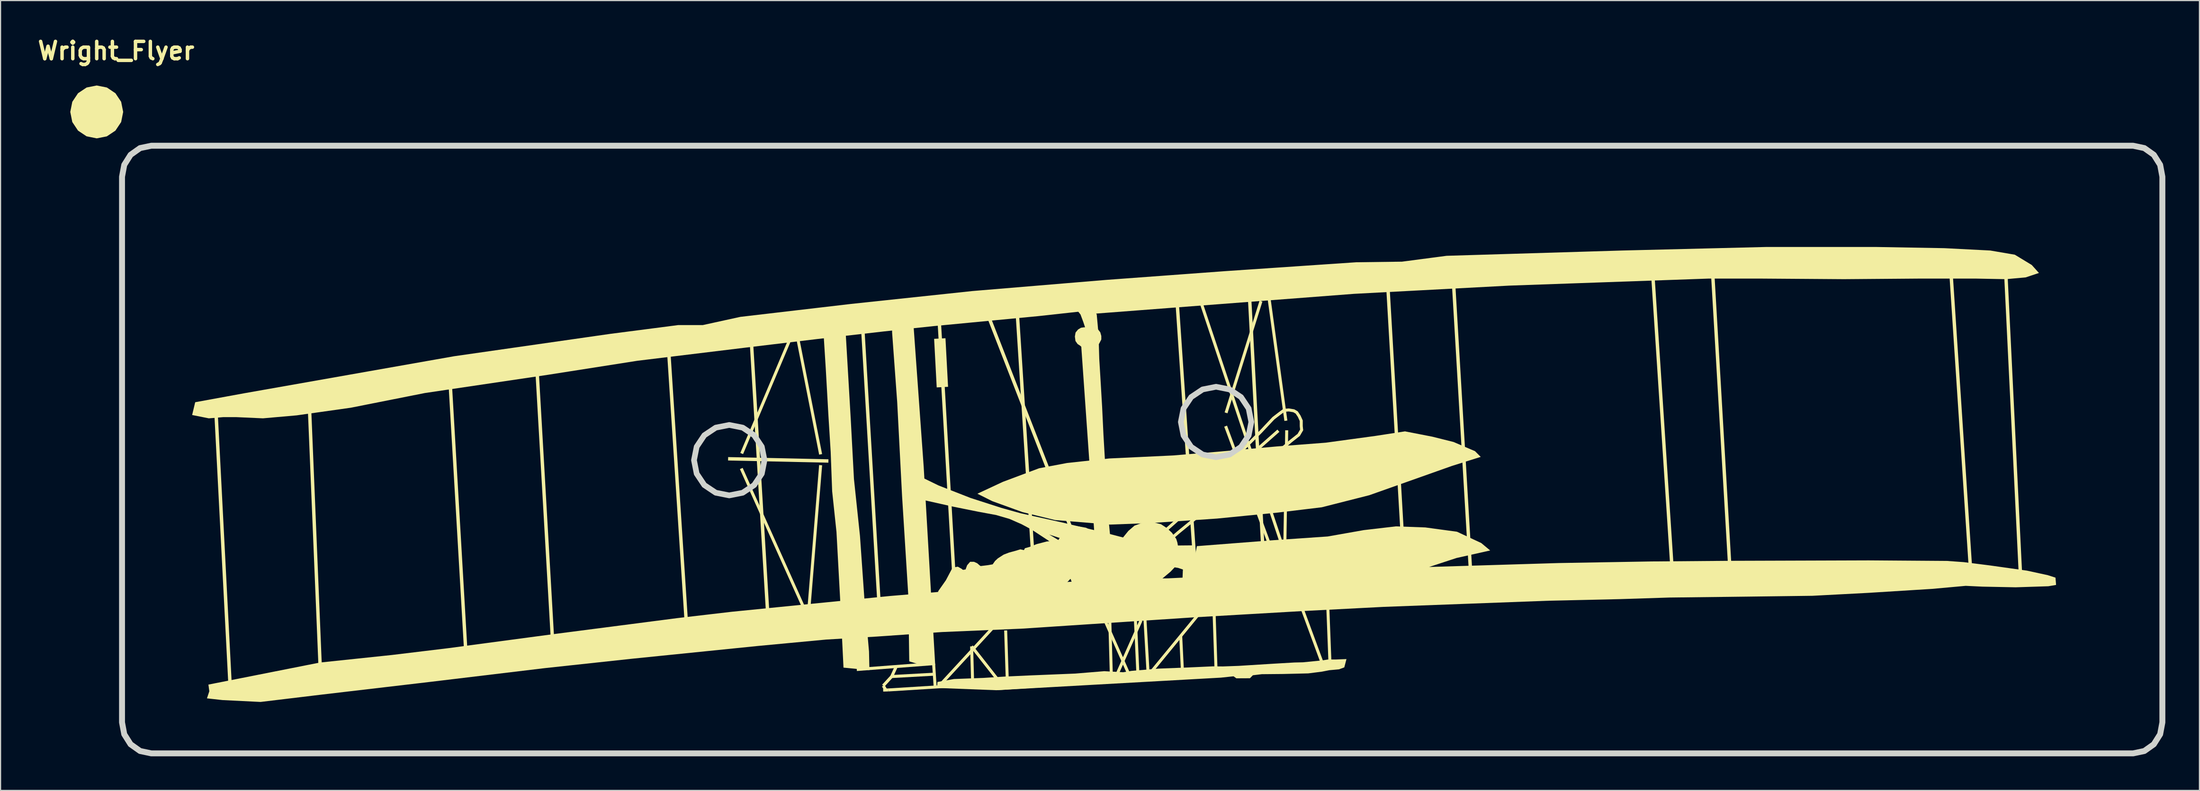
<source format=kicad_pcb>
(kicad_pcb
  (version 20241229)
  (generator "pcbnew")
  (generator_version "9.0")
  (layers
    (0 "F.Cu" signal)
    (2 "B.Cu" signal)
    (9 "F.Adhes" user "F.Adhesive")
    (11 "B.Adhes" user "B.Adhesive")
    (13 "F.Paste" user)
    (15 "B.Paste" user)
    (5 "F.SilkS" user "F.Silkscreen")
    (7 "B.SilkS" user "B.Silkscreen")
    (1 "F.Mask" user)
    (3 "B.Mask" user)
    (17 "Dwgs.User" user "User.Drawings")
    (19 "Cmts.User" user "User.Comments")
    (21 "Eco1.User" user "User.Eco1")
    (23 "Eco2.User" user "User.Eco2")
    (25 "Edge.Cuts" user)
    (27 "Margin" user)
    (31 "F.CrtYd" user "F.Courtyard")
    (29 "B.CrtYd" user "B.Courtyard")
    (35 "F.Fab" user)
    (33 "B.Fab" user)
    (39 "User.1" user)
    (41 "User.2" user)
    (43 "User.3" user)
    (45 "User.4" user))
  (footprint "Wright_Flyer"
    (layer "F.Cu")
    (at 7.163 8.658)
    (property "Reference" "Wright_Flyer" (at 0 -7.232 0) (layer "F.SilkS") (effects (font (size 1.524 1.524) (thickness 0.305))))
    (attr exclude_from_pos_files exclude_from_bom)
    (fp_poly (pts (xy 67.913 49.017) (xy 78.437 48.362) (xy 67.913 49.017)) (stroke (width 0) (type solid)) (fill yes) (layer "F.SilkS"))
    (fp_poly (pts (xy 8.958 24.949) (xy 8.655 24.965) (xy 9.861 48.315) (xy 10.163 48.299) (xy 8.958 24.949)) (stroke (width 0) (type solid)) (fill yes) (layer "F.SilkS"))
    (fp_poly (pts (xy 17.178 24.622) (xy 16.878 24.635) (xy 17.792 46.742) (xy 18.091 46.729) (xy 17.178 24.622)) (stroke (width 0) (type solid)) (fill yes) (layer "F.SilkS"))
    (fp_poly (pts (xy 29.565 22.5) (xy 29.265 22.518) (xy 30.618 45.758) (xy 30.917 45.74) (xy 29.565 22.5)) (stroke (width 0) (type solid)) (fill yes) (layer "F.SilkS"))
    (fp_poly (pts (xy 37.202 21.331) (xy 36.903 21.349) (xy 38.218 44.259) (xy 38.518 44.242) (xy 37.202 21.331)) (stroke (width 0) (type solid)) (fill yes) (layer "F.SilkS"))
    (fp_poly (pts (xy 48.786 19.613) (xy 48.486 19.632) (xy 50.021 43.274) (xy 50.32 43.255) (xy 48.786 19.613)) (stroke (width 0) (type solid)) (fill yes) (layer "F.SilkS"))
    (fp_poly (pts (xy 53.838 28.521) (xy 53.831 28.821) (xy 62.654 29.014) (xy 62.66 28.715) (xy 53.838 28.521)) (stroke (width 0) (type solid)) (fill yes) (layer "F.SilkS"))
    (fp_poly (pts (xy 55.114 29.471) (xy 54.873 29.579) (xy 60.756 42.697) (xy 60.998 42.589) (xy 55.114 29.471)) (stroke (width 0) (type solid)) (fill yes) (layer "F.SilkS"))
    (fp_poly (pts (xy 56.057 18.773) (xy 55.758 18.791) (xy 57.146 41.921) (xy 57.446 41.903) (xy 56.057 18.773)) (stroke (width 0) (type solid)) (fill yes) (layer "F.SilkS"))
    (fp_poly (pts (xy 59.074 18.292) (xy 54.908 28.158) (xy 55.152 28.261) (xy 59.318 18.395) (xy 59.074 18.292)) (stroke (width 0) (type solid)) (fill yes) (layer "F.SilkS"))
    (fp_poly (pts (xy 60.13 18.245) (xy 59.87 18.296) (xy 61.843 28.308) (xy 62.103 28.257) (xy 60.13 18.245)) (stroke (width 0) (type solid)) (fill yes) (layer "F.SilkS"))
    (fp_poly (pts (xy 61.841 29.222) (xy 60.745 42.633) (xy 61.009 42.654) (xy 62.105 29.243) (xy 61.841 29.222)) (stroke (width 0) (type solid)) (fill yes) (layer "F.SilkS"))
    (fp_poly (pts (xy 65.85 17.567) (xy 65.551 17.585) (xy 66.976 41.629) (xy 67.275 41.611) (xy 65.85 17.567)) (stroke (width 0) (type solid)) (fill yes) (layer "F.SilkS"))
    (fp_poly (pts (xy 67.594 48.574) (xy 67.367 48.712) (xy 67.584 49.068) (xy 67.81 48.931) (xy 67.594 48.574)) (stroke (width 0) (type solid)) (fill yes) (layer "F.SilkS"))
    (fp_poly (pts (xy 67.91 48.885) (xy 67.471 48.897) (xy 67.478 49.161) (xy 67.917 49.149) (xy 67.91 48.885)) (stroke (width 0) (type solid)) (fill yes) (layer "F.SilkS"))
    (fp_poly (pts (xy 68.126 47.746) (xy 67.383 48.554) (xy 67.578 48.732) (xy 68.32 47.926) (xy 68.126 47.746)) (stroke (width 0) (type solid)) (fill yes) (layer "F.SilkS"))
    (fp_poly (pts (xy 71.902 46.57) (xy 65.144 47.084) (xy 65.163 47.349) (xy 71.922 46.834) (xy 71.902 46.57)) (stroke (width 0) (type solid)) (fill yes) (layer "F.SilkS"))
    (fp_poly (pts (xy 72.044 46.693) (xy 71.78 46.711) (xy 71.913 48.709) (xy 72.177 48.691) (xy 72.044 46.693)) (stroke (width 0) (type solid)) (fill yes) (layer "F.SilkS"))
    (fp_poly (pts (xy 72.573 16.837) (xy 72.274 16.854) (xy 73.516 38.376) (xy 73.816 38.359) (xy 72.573 16.837)) (stroke (width 0) (type solid)) (fill yes) (layer "F.SilkS"))
    (fp_poly (pts (xy 72.955 18.061) (xy 71.957 18.114) (xy 72.184 22.389) (xy 73.183 22.336) (xy 72.955 18.061)) (stroke (width 0) (type solid)) (fill yes) (layer "F.SilkS"))
    (fp_poly (pts (xy 75.361 45.1) (xy 75.153 45.263) (xy 77.701 48.514) (xy 77.909 48.351) (xy 75.361 45.1)) (stroke (width 0) (type solid)) (fill yes) (layer "F.SilkS"))
    (fp_poly (pts (xy 75.389 45.178) (xy 75.124 45.185) (xy 75.218 48.6) (xy 75.482 48.593) (xy 75.389 45.178)) (stroke (width 0) (type solid)) (fill yes) (layer "F.SilkS"))
    (fp_poly (pts (xy 76.936 43.549) (xy 72.259 48.623) (xy 72.454 48.803) (xy 77.131 43.728) (xy 76.936 43.549)) (stroke (width 0) (type solid)) (fill yes) (layer "F.SilkS"))
    (fp_poly (pts (xy 76.985 16.352) (xy 76.705 16.461) (xy 83.758 34.585) (xy 84.037 34.476) (xy 76.985 16.352)) (stroke (width 0) (type solid)) (fill yes) (layer "F.SilkS"))
    (fp_poly (pts (xy 78.149 48.535) (xy 74.88 48.604) (xy 74.885 48.869) (xy 78.154 48.799) (xy 78.149 48.535)) (stroke (width 0) (type solid)) (fill yes) (layer "F.SilkS"))
    (fp_poly (pts (xy 78.382 43.775) (xy 78.118 43.783) (xy 78.282 48.834) (xy 78.546 48.826) (xy 78.382 43.775)) (stroke (width 0) (type solid)) (fill yes) (layer "F.SilkS"))
    (fp_poly (pts (xy 78.429 48.23) (xy 67.905 48.885) (xy 67.921 49.149) (xy 78.445 48.495) (xy 78.429 48.23)) (stroke (width 0) (type solid)) (fill yes) (layer "F.SilkS"))
    (fp_poly (pts (xy 79.443 16.178) (xy 79.143 16.197) (xy 80.715 40.716) (xy 81.014 40.697) (xy 79.443 16.178)) (stroke (width 0) (type solid)) (fill yes) (layer "F.SilkS"))
    (fp_poly (pts (xy 87.185 43.024) (xy 86.944 43.131) (xy 88.978 47.712) (xy 89.219 47.604) (xy 87.185 43.024)) (stroke (width 0) (type solid)) (fill yes) (layer "F.SilkS"))
    (fp_poly (pts (xy 87.544 42.908) (xy 87.279 42.916) (xy 87.412 47.728) (xy 87.676 47.721) (xy 87.544 42.908)) (stroke (width 0) (type solid)) (fill yes) (layer "F.SilkS"))
    (fp_poly (pts (xy 89.793 42.774) (xy 89.528 42.786) (xy 89.743 47.449) (xy 90.008 47.437) (xy 89.793 42.774)) (stroke (width 0) (type solid)) (fill yes) (layer "F.SilkS"))
    (fp_poly (pts (xy 90.036 42.842) (xy 87.754 47.968) (xy 87.996 48.076) (xy 90.278 42.949) (xy 90.036 42.842)) (stroke (width 0) (type solid)) (fill yes) (layer "F.SilkS"))
    (fp_poly (pts (xy 90.636 42.789) (xy 90.372 42.804) (xy 90.653 47.666) (xy 90.917 47.65) (xy 90.636 42.789)) (stroke (width 0) (type solid)) (fill yes) (layer "F.SilkS"))
    (fp_poly (pts (xy 93.511 15.3) (xy 93.212 15.321) (xy 94.893 40.095) (xy 95.192 40.075) (xy 93.511 15.3)) (stroke (width 0) (type solid)) (fill yes) (layer "F.SilkS"))
    (fp_poly (pts (xy 93.778 44.245) (xy 93.514 44.258) (xy 93.696 47.946) (xy 93.96 47.932) (xy 93.778 44.245)) (stroke (width 0) (type solid)) (fill yes) (layer "F.SilkS"))
    (fp_poly (pts (xy 94.999 42.415) (xy 90.435 47.971) (xy 90.639 48.139) (xy 95.203 42.582) (xy 94.999 42.415)) (stroke (width 0) (type solid)) (fill yes) (layer "F.SilkS"))
    (fp_poly (pts (xy 95.607 15.013) (xy 95.355 15.097) (xy 103.285 38.848) (xy 103.536 38.765) (xy 95.607 15.013)) (stroke (width 0) (type solid)) (fill yes) (layer "F.SilkS"))
    (fp_poly (pts (xy 96.722 42.411) (xy 96.457 42.421) (xy 96.639 47.745) (xy 96.904 47.736) (xy 96.722 42.411)) (stroke (width 0) (type solid)) (fill yes) (layer "F.SilkS"))
    (fp_poly (pts (xy 97.724 25.752) (xy 97.476 25.844) (xy 102.628 39.729) (xy 102.876 39.637) (xy 97.724 25.752)) (stroke (width 0) (type solid)) (fill yes) (layer "F.SilkS"))
    (fp_poly (pts (xy 99.869 14.755) (xy 99.57 14.77) (xy 100.849 38.888) (xy 101.148 38.872) (xy 99.869 14.755)) (stroke (width 0) (type solid)) (fill yes) (layer "F.SilkS"))
    (fp_poly (pts (xy 100.58 14.76) (xy 97.511 24.589) (xy 97.763 24.668) (xy 100.833 14.838) (xy 100.58 14.76)) (stroke (width 0) (type solid)) (fill yes) (layer "F.SilkS"))
    (fp_poly (pts (xy 101.568 14.671) (xy 101.306 14.708) (xy 102.768 25.341) (xy 103.03 25.305) (xy 101.568 14.671)) (stroke (width 0) (type solid)) (fill yes) (layer "F.SilkS"))
    (fp_poly (pts (xy 102.153 26.101) (xy 90.826 36.113) (xy 91.001 36.311) (xy 102.329 26.299) (xy 102.153 26.101)) (stroke (width 0) (type solid)) (fill yes) (layer "F.SilkS"))
    (fp_poly (pts (xy 102.84 26.161) (xy 102.62 39.681) (xy 102.885 39.685) (xy 103.104 26.165) (xy 102.84 26.161)) (stroke (width 0) (type solid)) (fill yes) (layer "F.SilkS"))
    (fp_poly (pts (xy 104.502 41.941) (xy 104.254 42.032) (xy 106.106 47.059) (xy 106.354 46.968) (xy 104.502 41.941)) (stroke (width 0) (type solid)) (fill yes) (layer "F.SilkS"))
    (fp_poly (pts (xy 106.726 41.882) (xy 106.462 41.892) (xy 106.644 46.605) (xy 106.908 46.595) (xy 106.726 41.882)) (stroke (width 0) (type solid)) (fill yes) (layer "F.SilkS"))
    (fp_poly (pts (xy 112.038 13.804) (xy 111.738 13.821) (xy 113.2 39.034) (xy 113.499 39.017) (xy 112.038 13.804)) (stroke (width 0) (type solid)) (fill yes) (layer "F.SilkS"))
    (fp_poly (pts (xy 117.811 13.438) (xy 117.512 13.456) (xy 118.973 38.23) (xy 119.273 38.213) (xy 117.811 13.438)) (stroke (width 0) (type solid)) (fill yes) (layer "F.SilkS"))
    (fp_poly (pts (xy 135.35 12.852) (xy 135.051 12.872) (xy 136.732 38.524) (xy 137.031 38.504) (xy 135.35 12.852)) (stroke (width 0) (type solid)) (fill yes) (layer "F.SilkS"))
    (fp_poly (pts (xy 140.613 12.707) (xy 140.313 12.725) (xy 141.775 37.792) (xy 142.074 37.774) (xy 140.613 12.707)) (stroke (width 0) (type solid)) (fill yes) (layer "F.SilkS"))
    (fp_poly (pts (xy 161.514 11.683) (xy 161.214 11.703) (xy 162.968 38.305) (xy 163.268 38.285) (xy 161.514 11.683)) (stroke (width 0) (type solid)) (fill yes) (layer "F.SilkS"))
    (fp_poly (pts (xy 166.393 12.705) (xy 166.093 12.72) (xy 167.353 38.595) (xy 167.653 38.58) (xy 166.393 12.705)) (stroke (width 0) (type solid)) (fill yes) (layer "F.SilkS"))
    (fp_poly (pts (xy 68.473 46.974) (xy 68.011 47.981) (xy 72.057 47.757) (xy 72.042 47.493) (xy 68.435 47.692) (xy 68.714 47.085) (xy 68.473 46.974)) (stroke (width 0) (type solid)) (fill yes) (layer "F.SilkS"))
    (fp_poly (pts (xy 97.193 47.543) (xy 90.843 47.94) (xy 77.407 48.774) (xy 77.424 49.039) (xy 90.86 48.204) (xy 97.21 47.807) (xy 97.193 47.543)) (stroke (width 0) (type solid)) (fill yes) (layer "F.SilkS"))
    (fp_poly (pts (xy 69.924 15.715) (xy 70.907 29.373) (xy 71.912 46.702) (xy 70.66 46.633) (xy 69.9 46.401) (xy 69.817 40.696) (xy 69.271 31.965) (xy 68.841 23.68) (xy 68.395 17.562) (xy 68.378 16.255) (xy 69.37 15.908) (xy 69.924 15.715)) (stroke (width 0) (type solid)) (fill yes) (layer "F.SilkS"))
    (fp_poly (pts (xy 0.622 -1.857) (xy 0.445 -0.967) (xy -0.059 -0.212) (xy -0.814 0.292) (xy -1.704 0.47) (xy -2.595 0.292) (xy -3.35 -0.212) (xy -3.854 -0.967) (xy -4.031 -1.857) (xy -3.854 -2.747) (xy -3.35 -3.502) (xy -2.595 -4.007) (xy -1.704 -4.184) (xy -0.814 -4.007) (xy -0.059 -3.502) (xy 0.445 -2.747) (xy 0.622 -1.857)) (stroke (width 0) (type solid)) (fill yes) (layer "F.SilkS"))
    (fp_poly (pts (xy 62.194 16.652) (xy 63.186 16.487) (xy 63.98 16.47) (xy 64.046 17.595) (xy 64.492 25.202) (xy 64.773 30.46) (xy 65.302 35.471) (xy 65.683 40.895) (xy 66.096 45.641) (xy 66.129 47.129) (xy 64.112 46.93) (xy 63.814 40.878) (xy 63.5 35.107) (xy 63.119 31.513) (xy 62.99 28.052) (xy 62.792 24.883) (xy 62.558 20.743) (xy 62.336 17.2) (xy 62.194 16.652)) (stroke (width 0) (type solid)) (fill yes) (layer "F.SilkS"))
    (fp_poly (pts (xy 76.068 31.75) (xy 78.052 30.824) (xy 81.227 29.633) (xy 83.674 29.17) (xy 87.379 28.773) (xy 93.001 28.509) (xy 96.97 28.178) (xy 102.129 27.715) (xy 106.429 27.384) (xy 110.794 26.789) (xy 113.374 26.392) (xy 115.755 26.855) (xy 117.607 27.318) (xy 119.459 28.112) (xy 119.79 28.443) (xy 117.475 29.17) (xy 110.199 31.75) (xy 106.032 32.808) (xy 102.195 33.271) (xy 96.838 33.801) (xy 90.951 34.197) (xy 87.445 34.33) (xy 82.616 33.933) (xy 79.772 33.238) (xy 77.126 32.279) (xy 76.068 31.75)) (stroke (width 0) (type solid)) (fill yes) (layer "F.SilkS"))
    (fp_poly (pts (xy 70.044 15.534) (xy 69.881 15.59) (xy 69.327 15.783) (xy 68.245 16.162) (xy 68.262 17.567) (xy 68.709 23.688) (xy 69.139 31.973) (xy 69.685 40.701) (xy 69.769 46.5) (xy 70.637 46.764) (xy 71.771 46.827) (xy 71.771 46.561) (xy 70.684 46.502) (xy 70.03 46.303) (xy 69.949 40.691) (xy 69.404 31.957) (xy 68.974 23.672) (xy 68.527 17.556) (xy 68.512 16.349) (xy 69.414 16.033) (xy 69.805 15.897) (xy 70.774 29.382) (xy 71.771 46.561) (xy 71.771 46.827) (xy 72.053 46.842) (xy 71.039 29.364) (xy 70.044 15.534)) (stroke (width 0) (type solid)) (fill yes) (layer "F.SilkS"))
    (fp_poly (pts (xy 87.296 35.335) (xy 86.163 34.933) (xy 86.017 32.814) (xy 85.03 18.745) (xy 84.872 18.604) (xy 84.672 18.474) (xy 84.517 18.255) (xy 84.472 17.912) (xy 84.523 17.615) (xy 84.704 17.396) (xy 84.917 17.266) (xy 85.124 17.234) (xy 85.337 17.234) (xy 85.357 17.047) (xy 85.195 16.562) (xy 84.95 15.903) (xy 84.795 15.71) (xy 86.074 15.884) (xy 86.132 16.013) (xy 86.203 16.782) (xy 86.248 17.299) (xy 86.293 17.396) (xy 86.455 17.602) (xy 86.532 17.88) (xy 86.532 18.138) (xy 86.435 18.326) (xy 86.313 18.558) (xy 86.351 19.895) (xy 86.448 21.472) (xy 86.603 24.101) (xy 86.719 26.542) (xy 86.913 29.869) (xy 87.101 33.273) (xy 87.296 35.335)) (stroke (width 0) (type solid)) (fill yes) (layer "F.SilkS"))
    (fp_poly (pts (xy 104.411 46.715) (xy 106.081 46.55) (xy 106.617 46.468) (xy 107.313 46.468) (xy 108.055 46.439) (xy 107.927 46.93) (xy 107.547 47.07) (xy 106.705 47.146) (xy 106.05 47.275) (xy 104.857 47.427) (xy 102.659 47.48) (xy 100.776 47.497) (xy 99.935 47.597) (xy 99.683 47.854) (xy 98.584 47.86) (xy 98.333 47.678) (xy 97.175 47.801) (xy 77.415 48.907) (xy 72.357 48.713) (xy 72.374 48.427) (xy 73.713 48.187) (xy 76.303 48.088) (xy 78.191 47.971) (xy 80.355 47.871) (xy 84.377 47.708) (xy 86.926 47.497) (xy 88.586 47.591) (xy 89.338 47.468) (xy 91.736 47.269) (xy 94.299 47.17) (xy 96.482 47.071) (xy 97.375 47.079) (xy 98.747 47.03) (xy 101.815 46.84) (xy 103.651 46.732) (xy 104.411 46.715)) (stroke (width 0) (type solid)) (fill yes) (layer "F.SilkS"))
    (fp_poly (pts (xy 64.104 16.335) (xy 63.173 16.355) (xy 62.029 16.545) (xy 62.065 16.685) (xy 62.204 17.221) (xy 62.426 20.751) (xy 62.66 24.89) (xy 62.858 28.058) (xy 62.987 31.522) (xy 63.368 35.117) (xy 63.682 40.885) (xy 63.985 47.051) (xy 65.994 47.249) (xy 65.994 46.983) (xy 64.238 46.81) (xy 63.946 40.871) (xy 63.632 35.097) (xy 63.251 31.504) (xy 63.123 28.045) (xy 62.924 24.875) (xy 62.69 20.736) (xy 62.467 17.179) (xy 62.358 16.759) (xy 63.198 16.619) (xy 63.855 16.605) (xy 63.913 17.603) (xy 64.36 25.209) (xy 64.642 30.47) (xy 65.171 35.482) (xy 65.551 40.905) (xy 65.964 45.648) (xy 65.994 46.983) (xy 65.994 47.249) (xy 66.265 47.275) (xy 66.229 45.633) (xy 65.815 40.884) (xy 65.434 35.459) (xy 64.905 30.45) (xy 64.624 25.194) (xy 64.178 17.587) (xy 64.104 16.335)) (stroke (width 0) (type solid)) (fill yes) (layer "F.SilkS"))
    (fp_poly (pts (xy 103.16 24.239) (xy 102.667 24.281) (xy 102.197 24.633) (xy 101.714 25.005) (xy 100.575 26.217) (xy 98.382 28.41) (xy 97.25 29.615) (xy 94.44 32.352) (xy 93.126 33.557) (xy 93.305 33.751) (xy 94.622 32.544) (xy 97.439 29.8) (xy 98.572 28.594) (xy 100.765 26.401) (xy 101.891 25.202) (xy 102.358 24.843) (xy 102.765 24.538) (xy 103.149 24.506) (xy 103.548 24.572) (xy 103.756 24.692) (xy 103.952 24.985) (xy 104.119 25.351) (xy 104.119 25.805) (xy 104.151 26.098) (xy 103.93 26.477) (xy 103.254 27.011) (xy 101.828 28.217) (xy 100.076 29.641) (xy 96.787 32.235) (xy 93.349 35.051) (xy 91.156 36.952) (xy 91.329 37.152) (xy 93.52 35.253) (xy 96.952 32.441) (xy 100.241 29.847) (xy 101.997 28.421) (xy 103.421 27.216) (xy 104.133 26.654) (xy 104.424 26.156) (xy 104.383 25.791) (xy 104.383 25.294) (xy 104.184 24.856) (xy 103.941 24.493) (xy 103.638 24.319) (xy 103.16 24.239)) (stroke (width 0) (type solid)) (fill yes) (layer "F.SilkS"))
    (fp_poly (pts (xy 90.738 39.195) (xy 91.861 39.183) (xy 92.667 38.505) (xy 93.065 38.084) (xy 93.439 38.143) (xy 93.977 38.318) (xy 93.942 39.125) (xy 94.688 39.224) (xy 94.643 37.652) (xy 94.608 36.424) (xy 93.287 36.436) (xy 93.229 36.085) (xy 93.135 35.781) (xy 92.773 35.266) (xy 92.34 34.869) (xy 91.861 34.553) (xy 91.03 34.342) (xy 90.387 34.401) (xy 89.651 34.67) (xy 89.136 35.114) (xy 88.738 35.605) (xy 88.622 35.746) (xy 87.908 35.559) (xy 86.751 35.255) (xy 83.154 34.396) (xy 79.532 33.594) (xy 77.821 33.114) (xy 75.125 32.246) (xy 72.289 31.138) (xy 71.032 30.526) (xy 71.115 31.518) (xy 72.686 31.973) (xy 74.34 32.502) (xy 71.123 31.775) (xy 71.165 32.196) (xy 73.637 32.75) (xy 75.853 33.197) (xy 77.449 33.495) (xy 78.639 33.842) (xy 79.714 34.313) (xy 80.607 34.793) (xy 82.046 35.735) (xy 82.748 36.215) (xy 82.93 36) (xy 80.979 34.834) (xy 83.228 35.578) (xy 85.733 39.417) (xy 90.738 39.195)) (stroke (width 0) (type solid)) (fill yes) (layer "F.SilkS"))
    (fp_poly (pts (xy 145.107 10.18) (xy 132.498 10.49) (xy 117.047 10.955) (xy 113.12 11.472) (xy 109.089 11.524) (xy 97.668 12.299) (xy 87.126 13.074) (xy 75.344 14.056) (xy 64.647 15.193) (xy 54.932 16.33) (xy 51.625 17.053) (xy 49.454 17.053) (xy 43.46 17.828) (xy 29.766 19.792) (xy 11.317 23.048) (xy 7.08 23.823) (xy 6.87 24.701) (xy 8.165 24.96) (xy 9.405 24.856) (xy 10.594 24.856) (xy 12.919 24.96) (xy 15.865 24.701) (xy 20.619 24.03) (xy 27.13 22.738) (xy 37.931 21.136) (xy 45.837 19.895) (xy 55.19 18.759) (xy 61.65 17.983) (xy 67.541 17.312) (xy 69.918 17.053) (xy 71.882 16.847) (xy 81.08 15.968) (xy 84.853 15.555) (xy 85.938 15.761) (xy 108.882 14.004) (xy 122.525 13.281) (xy 140.095 12.661) (xy 144.539 12.661) (xy 151.98 12.712) (xy 158.75 12.661) (xy 163.556 12.661) (xy 166.243 12.712) (xy 167.948 12.557) (xy 168.879 12.247) (xy 168.413 11.731) (xy 166.967 10.852) (xy 164.848 10.49) (xy 160.817 10.284) (xy 154.874 10.18) (xy 145.107 10.18)) (stroke (width 0) (type solid)) (fill yes) (layer "F.SilkS"))
    (fp_poly (pts (xy 113.377 26.258) (xy 110.775 26.658) (xy 106.415 27.253) (xy 102.118 27.583) (xy 96.958 28.046) (xy 92.992 28.377) (xy 87.368 28.642) (xy 83.655 29.04) (xy 81.191 29.506) (xy 78.001 30.702) (xy 75.764 31.746) (xy 76.009 31.868) (xy 77.074 32.401) (xy 79.734 33.365) (xy 82.595 34.064) (xy 87.442 34.462) (xy 87.448 34.462) (xy 87.448 34.197) (xy 82.637 33.802) (xy 79.81 33.112) (xy 77.178 32.157) (xy 76.372 31.754) (xy 78.103 30.946) (xy 81.263 29.761) (xy 83.694 29.301) (xy 87.389 28.905) (xy 93.01 28.641) (xy 96.981 28.31) (xy 102.14 27.847) (xy 106.443 27.516) (xy 110.813 26.92) (xy 113.371 26.527) (xy 115.726 26.984) (xy 117.565 27.444) (xy 119.384 28.224) (xy 119.542 28.382) (xy 117.433 29.045) (xy 110.161 31.623) (xy 106.007 32.678) (xy 102.181 33.14) (xy 96.827 33.669) (xy 90.944 34.065) (xy 87.448 34.197) (xy 87.448 34.462) (xy 90.957 34.33) (xy 96.848 33.932) (xy 102.21 33.403) (xy 106.056 32.939) (xy 110.237 31.877) (xy 117.517 29.296) (xy 120.038 28.504) (xy 119.535 28) (xy 117.65 27.193) (xy 115.784 26.726) (xy 113.377 26.258)) (stroke (width 0) (type solid)) (fill yes) (layer "F.SilkS"))
    (fp_poly (pts (xy 95.181 36.482) (xy 101.823 35.968) (xy 106.594 35.64) (xy 109.774 35.079) (xy 112.581 34.752) (xy 115.153 34.845) (xy 117.913 35.219) (xy 120.017 36.202) (xy 120.579 36.669) (xy 117.866 37.277) (xy 114.592 38.353) (xy 126.893 37.979) (xy 135.078 37.839) (xy 141.924 37.783) (xy 154.161 37.745) (xy 161.037 37.792) (xy 162.51 37.897) (xy 164.813 38.189) (xy 168.064 38.646) (xy 169.888 39.043) (xy 170.473 39.23) (xy 170.508 39.663) (xy 169.958 39.756) (xy 167.094 39.85) (xy 164.17 39.791) (xy 162.697 39.721) (xy 159.727 39.99) (xy 154.103 40.341) (xy 149.203 40.598) (xy 143.591 40.668) (xy 136.622 40.75) (xy 132.26 40.891) (xy 126.028 41.031) (xy 111.489 41.573) (xy 104.444 41.936) (xy 94.721 42.499) (xy 79.64 43.491) (xy 72.628 43.789) (xy 66.907 44.185) (xy 62.442 44.45) (xy 56.455 45.012) (xy 45.376 46.137) (xy 37.703 46.964) (xy 27.517 48.187) (xy 17.926 49.312) (xy 12.7 49.94) (xy 9.36 49.775) (xy 8.169 49.642) (xy 8.334 49.146) (xy 8.268 48.65) (xy 10.012 48.307) (xy 17.942 46.736) (xy 24.276 46.071) (xy 29.203 45.475) (xy 38.368 44.251) (xy 49.345 42.829) (xy 54.173 42.267) (xy 61.119 41.573) (xy 68.097 40.878) (xy 72.066 40.547) (xy 76.2 40.084) (xy 80.433 39.754) (xy 83.443 39.654) (xy 88.999 39.39) (xy 92.571 39.324) (xy 94.688 39.224) (xy 95.181 36.482)) (stroke (width 0) (type solid)) (fill yes) (layer "F.SilkS"))
    (fp_poly (pts (xy 84.484 15.534) (xy 84.833 15.97) (xy 85.07 16.606) (xy 85.222 17.061) (xy 85.218 17.102) (xy 85.114 17.102) (xy 84.871 17.14) (xy 84.617 17.294) (xy 84.399 17.558) (xy 84.338 17.91) (xy 84.39 18.304) (xy 84.578 18.571) (xy 84.792 18.709) (xy 84.902 18.808) (xy 85.885 32.823) (xy 86.037 35.029) (xy 87.145 35.422) (xy 87.145 35.141) (xy 86.289 34.837) (xy 86.149 32.804) (xy 85.159 18.683) (xy 84.952 18.498) (xy 84.765 18.377) (xy 84.644 18.205) (xy 84.605 17.915) (xy 84.648 17.672) (xy 84.792 17.497) (xy 84.963 17.393) (xy 85.134 17.366) (xy 85.456 17.366) (xy 85.491 17.032) (xy 85.32 16.518) (xy 85.083 15.883) (xy 85.983 16.005) (xy 86.002 16.048) (xy 86.071 16.794) (xy 86.118 17.333) (xy 86.18 17.465) (xy 86.334 17.663) (xy 86.4 17.898) (xy 86.4 18.106) (xy 86.318 18.265) (xy 86.179 18.528) (xy 86.219 19.902) (xy 86.316 21.479) (xy 86.471 24.108) (xy 86.587 26.549) (xy 86.781 29.876) (xy 86.969 33.283) (xy 87.145 35.141) (xy 87.145 35.422) (xy 87.447 35.529) (xy 87.428 35.322) (xy 87.232 33.263) (xy 87.045 29.862) (xy 86.852 26.535) (xy 86.735 24.094) (xy 86.58 21.464) (xy 86.484 19.889) (xy 86.446 18.589) (xy 86.552 18.387) (xy 86.664 18.17) (xy 86.664 17.862) (xy 86.575 17.542) (xy 86.407 17.326) (xy 86.378 17.264) (xy 86.334 16.77) (xy 86.261 15.979) (xy 86.164 15.763) (xy 84.484 15.534)) (stroke (width 0) (type solid)) (fill yes) (layer "F.SilkS"))
    (fp_poly (pts (xy 73.432 41.393) (xy 72.965 41.908) (xy 72.31 41.955) (xy 72.169 41.534) (xy 72.45 40.364) (xy 73.105 39.429) (xy 73.666 38.368) (xy 74.017 38.307) (xy 74.29 38.456) (xy 74.455 38.588) (xy 74.819 38.53) (xy 74.976 38.108) (xy 75.183 37.868) (xy 75.431 37.868) (xy 75.671 37.976) (xy 75.902 38.174) (xy 76.018 38.249) (xy 76.696 38.166) (xy 77.184 38.083) (xy 77.415 37.753) (xy 77.647 37.538) (xy 78.135 37.224) (xy 78.59 37.05) (xy 79.168 36.893) (xy 79.549 36.777) (xy 79.929 36.86) (xy 80.036 36.653) (xy 80.4 36.554) (xy 81.02 36.306) (xy 81.88 36.083) (xy 82.385 36.025) (xy 82.93 36) (xy 83.137 35.661) (xy 83.484 35.157) (xy 84.212 34.842) (xy 84.51 34.735) (xy 85.279 34.867) (xy 85.675 35.115) (xy 85.832 35.553) (xy 85.866 36.008) (xy 85.815 36.342) (xy 85.523 36.856) (xy 85.207 37.184) (xy 85.394 37.523) (xy 85.64 38.423) (xy 85.733 39.417) (xy 84.19 39.511) (xy 84.096 39.207) (xy 83.933 39.055) (xy 83.664 39.347) (xy 83.477 39.511) (xy 82.179 39.639) (xy 80.284 39.803) (xy 78.016 40.271) (xy 76.613 40.364) (xy 76.256 40.119) (xy 75.929 39.955) (xy 75.654 40.318) (xy 75.52 40.856) (xy 75.426 41.37) (xy 75.292 41.656) (xy 74.929 41.656) (xy 74.73 41.575) (xy 74.602 41.025) (xy 74.531 40.557) (xy 74.531 40.265) (xy 73.97 40.335) (xy 73.725 40.481) (xy 73.543 40.645) (xy 73.561 41.084) (xy 73.432 41.393)) (stroke (width 0) (type solid)) (fill yes) (layer "F.SilkS"))
    (fp_poly (pts (xy 108.229 46.299) (xy 107.31 46.336) (xy 106.607 46.336) (xy 106.065 46.419) (xy 104.402 46.583) (xy 103.645 46.6) (xy 101.807 46.707) (xy 98.741 46.897) (xy 97.373 46.947) (xy 96.479 46.939) (xy 94.293 47.038) (xy 91.728 47.137) (xy 89.322 47.337) (xy 88.58 47.458) (xy 86.924 47.365) (xy 84.369 47.575) (xy 80.349 47.739) (xy 78.184 47.838) (xy 76.296 47.956) (xy 73.699 48.055) (xy 72.248 48.315) (xy 72.216 48.84) (xy 77.414 49.039) (xy 77.414 48.774) (xy 72.497 48.586) (xy 72.5 48.539) (xy 73.727 48.319) (xy 76.31 48.22) (xy 78.198 48.103) (xy 80.36 48.003) (xy 84.385 47.839) (xy 86.928 47.63) (xy 88.594 47.724) (xy 89.354 47.599) (xy 91.744 47.402) (xy 94.305 47.303) (xy 96.485 47.203) (xy 97.376 47.212) (xy 98.754 47.162) (xy 101.823 46.972) (xy 103.656 46.864) (xy 104.419 46.848) (xy 104.424 46.847) (xy 106.098 46.681) (xy 106.627 46.6) (xy 107.315 46.6) (xy 107.882 46.578) (xy 107.816 46.83) (xy 107.517 46.94) (xy 106.686 47.015) (xy 106.029 47.144) (xy 104.847 47.295) (xy 102.657 47.347) (xy 100.768 47.365) (xy 99.872 47.47) (xy 99.627 47.722) (xy 98.627 47.727) (xy 98.369 47.541) (xy 97.164 47.669) (xy 77.414 48.774) (xy 77.414 49.039) (xy 77.416 49.039) (xy 97.186 47.933) (xy 98.296 47.815) (xy 98.542 47.992) (xy 99.739 47.986) (xy 99.996 47.723) (xy 100.785 47.629) (xy 102.661 47.612) (xy 104.868 47.559) (xy 106.071 47.406) (xy 106.724 47.278) (xy 107.576 47.201) (xy 108.037 47.03) (xy 108.229 46.299)) (stroke (width 0) (type solid)) (fill yes) (layer "F.SilkS"))
    (fp_poly (pts (xy 70.881 30.306) (xy 70.99 31.609) (xy 70.974 31.605) (xy 71.042 32.304) (xy 73.609 32.88) (xy 75.827 33.327) (xy 77.418 33.623) (xy 78.594 33.966) (xy 79.656 34.432) (xy 80.539 34.906) (xy 81.972 35.845) (xy 82.725 36.359) (xy 82.725 36.038) (xy 82.642 35.982) (xy 82.729 36.033) (xy 82.725 36.038) (xy 82.725 36.359) (xy 82.772 36.392) (xy 83.132 35.966) (xy 82.08 35.337) (xy 83.143 35.689) (xy 85.664 39.553) (xy 85.803 39.546) (xy 85.803 39.282) (xy 83.313 35.467) (xy 81.02 34.708) (xy 80.951 34.86) (xy 80.675 34.679) (xy 79.772 34.194) (xy 78.685 33.717) (xy 77.479 33.366) (xy 75.878 33.067) (xy 73.664 32.621) (xy 71.287 32.088) (xy 71.273 31.944) (xy 74.311 32.632) (xy 74.38 32.376) (xy 72.725 31.847) (xy 71.239 31.417) (xy 71.183 30.747) (xy 72.236 31.26) (xy 75.081 32.371) (xy 77.782 33.241) (xy 79.5 33.722) (xy 83.124 34.525) (xy 86.719 35.383) (xy 87.875 35.687) (xy 88.67 35.895) (xy 88.841 35.689) (xy 89.231 35.207) (xy 89.719 34.786) (xy 90.416 34.531) (xy 91.02 34.476) (xy 91.806 34.676) (xy 92.258 34.973) (xy 92.672 35.354) (xy 93.015 35.84) (xy 93.1 36.115) (xy 93.175 36.569) (xy 94.48 36.557) (xy 94.511 37.656) (xy 94.551 39.073) (xy 94.08 39.01) (xy 94.114 38.223) (xy 93.47 38.014) (xy 93.017 37.943) (xy 92.576 38.409) (xy 91.812 39.051) (xy 90.735 39.063) (xy 90.732 39.063) (xy 85.803 39.282) (xy 85.803 39.546) (xy 90.739 39.327) (xy 91.909 39.315) (xy 92.758 38.602) (xy 93.113 38.226) (xy 93.408 38.272) (xy 93.84 38.413) (xy 93.805 39.24) (xy 94.824 39.376) (xy 94.776 37.648) (xy 94.737 36.29) (xy 93.399 36.302) (xy 93.358 36.054) (xy 93.255 35.722) (xy 92.872 35.178) (xy 92.422 34.764) (xy 91.915 34.43) (xy 91.041 34.209) (xy 90.358 34.271) (xy 89.583 34.554) (xy 89.041 35.022) (xy 88.636 35.521) (xy 88.574 35.596) (xy 87.942 35.43) (xy 86.783 35.126) (xy 83.183 34.267) (xy 79.564 33.466) (xy 77.859 32.988) (xy 75.17 32.122) (xy 72.342 31.017) (xy 70.881 30.306)) (stroke (width 0) (type solid)) (fill yes) (layer "F.SilkS"))
    (fp_poly (pts (xy 145.104 10.03) (xy 132.494 10.34) (xy 117.035 10.806) (xy 113.109 11.322) (xy 109.083 11.374) (xy 97.658 12.149) (xy 87.115 12.925) (xy 75.33 13.907) (xy 64.631 15.044) (xy 54.907 16.181) (xy 51.609 16.903) (xy 49.445 16.903) (xy 43.44 17.68) (xy 29.742 19.644) (xy 11.291 22.9) (xy 6.957 23.693) (xy 6.688 24.818) (xy 8.156 25.111) (xy 9.411 25.006) (xy 10.591 25.006) (xy 12.916 25.11) (xy 12.916 24.809) (xy 10.597 24.707) (xy 9.399 24.707) (xy 8.174 24.808) (xy 7.052 24.585) (xy 7.203 23.953) (xy 11.343 23.195) (xy 29.789 19.94) (xy 43.48 17.977) (xy 49.464 17.203) (xy 51.641 17.203) (xy 54.957 16.478) (xy 64.664 15.342) (xy 75.358 14.205) (xy 87.138 13.223) (xy 97.679 12.449) (xy 109.095 11.674) (xy 113.131 11.622) (xy 117.059 11.105) (xy 132.503 10.64) (xy 145.107 10.33) (xy 145.111 10.33) (xy 154.873 10.33) (xy 160.812 10.433) (xy 164.831 10.64) (xy 166.913 10.995) (xy 168.317 11.847) (xy 168.614 12.178) (xy 167.917 12.41) (xy 166.238 12.562) (xy 163.557 12.511) (xy 158.75 12.511) (xy 151.98 12.563) (xy 144.54 12.511) (xy 140.092 12.511) (xy 122.518 13.131) (xy 108.872 13.854) (xy 85.946 15.61) (xy 84.859 15.403) (xy 81.065 15.819) (xy 71.867 16.697) (xy 69.902 16.904) (xy 67.525 17.163) (xy 61.632 17.835) (xy 55.172 18.61) (xy 45.816 19.747) (xy 37.908 20.987) (xy 27.104 22.59) (xy 20.594 23.882) (xy 15.848 24.553) (xy 12.916 24.809) (xy 12.916 25.11) (xy 12.922 25.11) (xy 15.882 24.85) (xy 20.644 24.177) (xy 27.156 22.885) (xy 37.953 21.284) (xy 45.858 20.044) (xy 55.209 18.907) (xy 61.668 18.132) (xy 67.558 17.46) (xy 69.934 17.203) (xy 71.897 16.996) (xy 81.096 16.117) (xy 84.847 15.706) (xy 85.93 15.912) (xy 108.892 14.154) (xy 122.532 13.431) (xy 140.097 12.811) (xy 144.538 12.811) (xy 151.98 12.862) (xy 158.751 12.811) (xy 163.554 12.811) (xy 166.248 12.863) (xy 167.979 12.705) (xy 169.143 12.317) (xy 168.51 11.614) (xy 167.02 10.709) (xy 164.864 10.341) (xy 160.822 10.134) (xy 154.876 10.03) (xy 145.105 10.03) (xy 145.104 10.03)) (stroke (width 0) (type solid)) (fill yes) (layer "F.SilkS"))
    (fp_poly (pts (xy 112.576 34.619) (xy 109.755 34.948) (xy 106.577 35.509) (xy 101.813 35.836) (xy 95.069 36.359) (xy 95.051 36.459) (xy 94.576 39.097) (xy 92.567 39.191) (xy 88.995 39.258) (xy 83.438 39.522) (xy 80.426 39.621) (xy 76.188 39.953) (xy 72.053 40.416) (xy 68.085 40.746) (xy 61.106 41.441) (xy 54.159 42.135) (xy 49.329 42.698) (xy 38.351 44.12) (xy 29.187 45.344) (xy 24.261 45.939) (xy 17.922 46.605) (xy 9.986 48.177) (xy 8.12 48.544) (xy 8.199 49.133) (xy 7.992 49.756) (xy 9.349 49.907) (xy 12.695 50.072) (xy 12.695 49.807) (xy 9.37 49.643) (xy 8.346 49.529) (xy 8.47 49.159) (xy 8.416 48.756) (xy 10.038 48.437) (xy 17.961 46.866) (xy 24.291 46.202) (xy 29.22 45.607) (xy 38.385 44.382) (xy 49.361 42.961) (xy 54.188 42.399) (xy 61.132 41.704) (xy 68.109 41.01) (xy 72.079 40.679) (xy 76.212 40.216) (xy 80.441 39.886) (xy 83.448 39.787) (xy 89.003 39.522) (xy 92.575 39.456) (xy 94.799 39.352) (xy 95.293 36.607) (xy 101.833 36.1) (xy 106.61 35.772) (xy 109.793 35.21) (xy 112.586 34.884) (xy 115.142 34.977) (xy 117.875 35.348) (xy 119.946 36.314) (xy 120.288 36.599) (xy 117.831 37.15) (xy 114.551 38.228) (xy 114.596 38.486) (xy 126.896 38.111) (xy 135.08 37.971) (xy 141.925 37.916) (xy 154.161 37.877) (xy 161.032 37.924) (xy 162.497 38.029) (xy 164.796 38.321) (xy 168.041 38.776) (xy 169.854 39.171) (xy 170.348 39.329) (xy 170.366 39.553) (xy 169.945 39.624) (xy 167.093 39.717) (xy 164.175 39.659) (xy 162.694 39.589) (xy 159.717 39.858) (xy 154.095 40.209) (xy 149.199 40.466) (xy 143.589 40.536) (xy 136.619 40.618) (xy 132.257 40.758) (xy 126.024 40.899) (xy 111.483 41.44) (xy 104.437 41.804) (xy 94.713 42.366) (xy 79.632 43.359) (xy 72.621 43.656) (xy 66.898 44.054) (xy 62.431 44.318) (xy 56.443 44.88) (xy 45.362 46.005) (xy 37.688 46.832) (xy 27.501 48.056) (xy 17.91 49.18) (xy 12.695 49.807) (xy 12.695 50.072) (xy 12.705 50.073) (xy 17.941 49.443) (xy 27.532 48.318) (xy 37.718 47.095) (xy 45.39 46.268) (xy 56.468 45.144) (xy 62.452 44.582) (xy 66.915 44.317) (xy 72.635 43.921) (xy 79.647 43.623) (xy 94.729 42.631) (xy 104.451 42.069) (xy 111.494 41.705) (xy 126.032 41.163) (xy 132.264 41.023) (xy 136.624 40.883) (xy 143.592 40.801) (xy 149.207 40.73) (xy 154.11 40.473) (xy 159.737 40.122) (xy 162.7 39.854) (xy 164.166 39.924) (xy 167.094 39.982) (xy 169.972 39.889) (xy 170.65 39.773) (xy 170.597 39.131) (xy 169.922 38.915) (xy 168.087 38.515) (xy 164.831 38.058) (xy 162.523 37.766) (xy 161.042 37.66) (xy 154.161 37.613) (xy 141.924 37.651) (xy 135.077 37.706) (xy 126.89 37.847) (xy 115.502 38.193) (xy 117.901 37.405) (xy 120.87 36.74) (xy 120.089 36.089) (xy 117.95 35.091) (xy 115.165 34.713) (xy 112.576 34.619)) (stroke (width 0) (type solid)) (fill yes) (layer "F.SilkS"))
    (fp_poly (pts (xy 84.498 34.598) (xy 84.163 34.719) (xy 83.397 35.05) (xy 83.026 35.589) (xy 82.854 35.871) (xy 82.374 35.893) (xy 81.856 35.952) (xy 80.979 36.18) (xy 80.358 36.428) (xy 79.946 36.541) (xy 79.858 36.709) (xy 79.543 36.641) (xy 79.132 36.766) (xy 78.549 36.924) (xy 78.075 37.105) (xy 77.565 37.433) (xy 77.315 37.665) (xy 77.107 37.962) (xy 76.677 38.035) (xy 76.05 38.112) (xy 75.981 38.068) (xy 75.743 37.863) (xy 75.459 37.736) (xy 75.123 37.736) (xy 74.861 38.04) (xy 74.722 38.412) (xy 74.493 38.448) (xy 74.363 38.345) (xy 74.04 38.168) (xy 73.579 38.249) (xy 72.992 39.36) (xy 72.327 40.309) (xy 72.032 41.54) (xy 72.217 42.094) (xy 72.403 42.081) (xy 72.403 41.816) (xy 72.307 41.528) (xy 72.573 40.42) (xy 73.218 39.498) (xy 73.753 38.487) (xy 73.994 38.445) (xy 74.217 38.566) (xy 74.418 38.728) (xy 74.916 38.648) (xy 75.092 38.176) (xy 75.243 38.001) (xy 75.403 38.001) (xy 75.6 38.089) (xy 75.823 38.281) (xy 75.987 38.386) (xy 76.715 38.297) (xy 77.26 38.205) (xy 77.516 37.84) (xy 77.729 37.643) (xy 78.195 37.342) (xy 78.63 37.176) (xy 79.205 37.02) (xy 79.554 36.914) (xy 80 37.011) (xy 80.127 36.766) (xy 80.442 36.679) (xy 81.062 36.432) (xy 81.905 36.213) (xy 82.395 36.156) (xy 83.007 36.129) (xy 83.248 35.733) (xy 83.572 35.263) (xy 84.26 34.965) (xy 84.521 34.871) (xy 85.23 34.993) (xy 85.566 35.203) (xy 85.702 35.581) (xy 85.733 36.003) (xy 85.688 36.298) (xy 85.416 36.777) (xy 85.044 37.162) (xy 85.271 37.573) (xy 85.509 38.447) (xy 85.589 39.294) (xy 84.286 39.372) (xy 84.212 39.134) (xy 83.925 38.867) (xy 83.571 39.252) (xy 83.421 39.383) (xy 82.167 39.508) (xy 80.265 39.672) (xy 77.998 40.14) (xy 76.65 40.23) (xy 76.323 40.005) (xy 75.89 39.788) (xy 75.532 40.259) (xy 75.39 40.827) (xy 75.299 41.329) (xy 75.207 41.524) (xy 74.955 41.524) (xy 74.843 41.478) (xy 74.732 41) (xy 74.664 40.547) (xy 74.664 40.115) (xy 73.926 40.207) (xy 73.646 40.374) (xy 73.409 40.588) (xy 73.428 41.062) (xy 73.319 41.322) (xy 72.903 41.78) (xy 72.403 41.816) (xy 72.403 42.081) (xy 73.027 42.036) (xy 73.544 41.467) (xy 73.553 41.448) (xy 73.688 41.12) (xy 73.694 41.1) (xy 73.678 40.702) (xy 73.804 40.588) (xy 74.014 40.463) (xy 74.399 40.415) (xy 74.399 40.567) (xy 74.471 41.05) (xy 74.617 41.671) (xy 74.903 41.789) (xy 75.376 41.789) (xy 75.553 41.41) (xy 75.649 40.883) (xy 75.776 40.376) (xy 75.968 40.123) (xy 76.189 40.233) (xy 76.576 40.499) (xy 78.034 40.402) (xy 80.304 39.935) (xy 82.191 39.771) (xy 83.532 39.638) (xy 83.756 39.442) (xy 83.94 39.242) (xy 83.98 39.28) (xy 84.094 39.649) (xy 85.878 39.541) (xy 85.77 38.4) (xy 85.518 37.473) (xy 85.37 37.205) (xy 85.63 36.936) (xy 85.943 36.386) (xy 85.998 36.013) (xy 85.963 35.526) (xy 85.784 35.027) (xy 85.327 34.741) (xy 84.498 34.598)) (stroke (width 0) (type solid)) (fill yes) (layer "F.SilkS"))
    (fp_poly (pts (xy 57.034 28.794) (xy 56.798 29.98) (xy 56.126 30.986) (xy 55.12 31.658) (xy 53.934 31.894) (xy 52.748 31.658) (xy 51.742 30.986) (xy 51.07 29.98) (xy 50.834 28.794) (xy 51.07 27.608) (xy 51.742 26.602) (xy 52.748 25.93) (xy 53.934 25.694) (xy 55.12 25.93) (xy 56.126 26.602) (xy 56.798 27.608) (xy 57.034 28.794)) (stroke (width 0.5) (type solid)) (fill no) (layer "Edge.Cuts"))
    (fp_poly (pts (xy 99.86 25.432) (xy 99.624 26.619) (xy 98.952 27.624) (xy 97.946 28.296) (xy 96.76 28.532) (xy 95.574 28.296) (xy 94.568 27.624) (xy 93.896 26.619) (xy 93.66 25.432) (xy 93.896 24.246) (xy 94.568 23.24) (xy 95.574 22.568) (xy 96.76 22.332) (xy 97.946 22.568) (xy 98.952 23.24) (xy 99.624 24.246) (xy 99.86 25.432)) (stroke (width 0.5) (type solid)) (fill no) (layer "Edge.Cuts"))
    (fp_poly (pts (xy 3.093 1.119) (xy 2.109 1.326) (xy 1.274 1.917) (xy 0.717 2.802) (xy 0.521 3.846) (xy 0.521 51.871) (xy 0.717 52.915) (xy 1.274 53.799) (xy 2.109 54.39) (xy 3.093 54.598) (xy 177.428 54.598) (xy 178.412 54.39) (xy 179.247 53.799) (xy 179.804 52.915) (xy 180 51.871) (xy 180 3.846) (xy 179.804 2.802) (xy 179.247 1.917) (xy 178.412 1.326) (xy 177.428 1.119) (xy 3.093 1.119)) (stroke (width 0.521) (type solid)) (fill no) (layer "Edge.Cuts")))
  (gr_rect
    (start -3 -3)
    (end 190.423 66.517)
    (stroke (width 0.1) (type default))
    (fill no)
    (layer "Edge.Cuts")))
</source>
